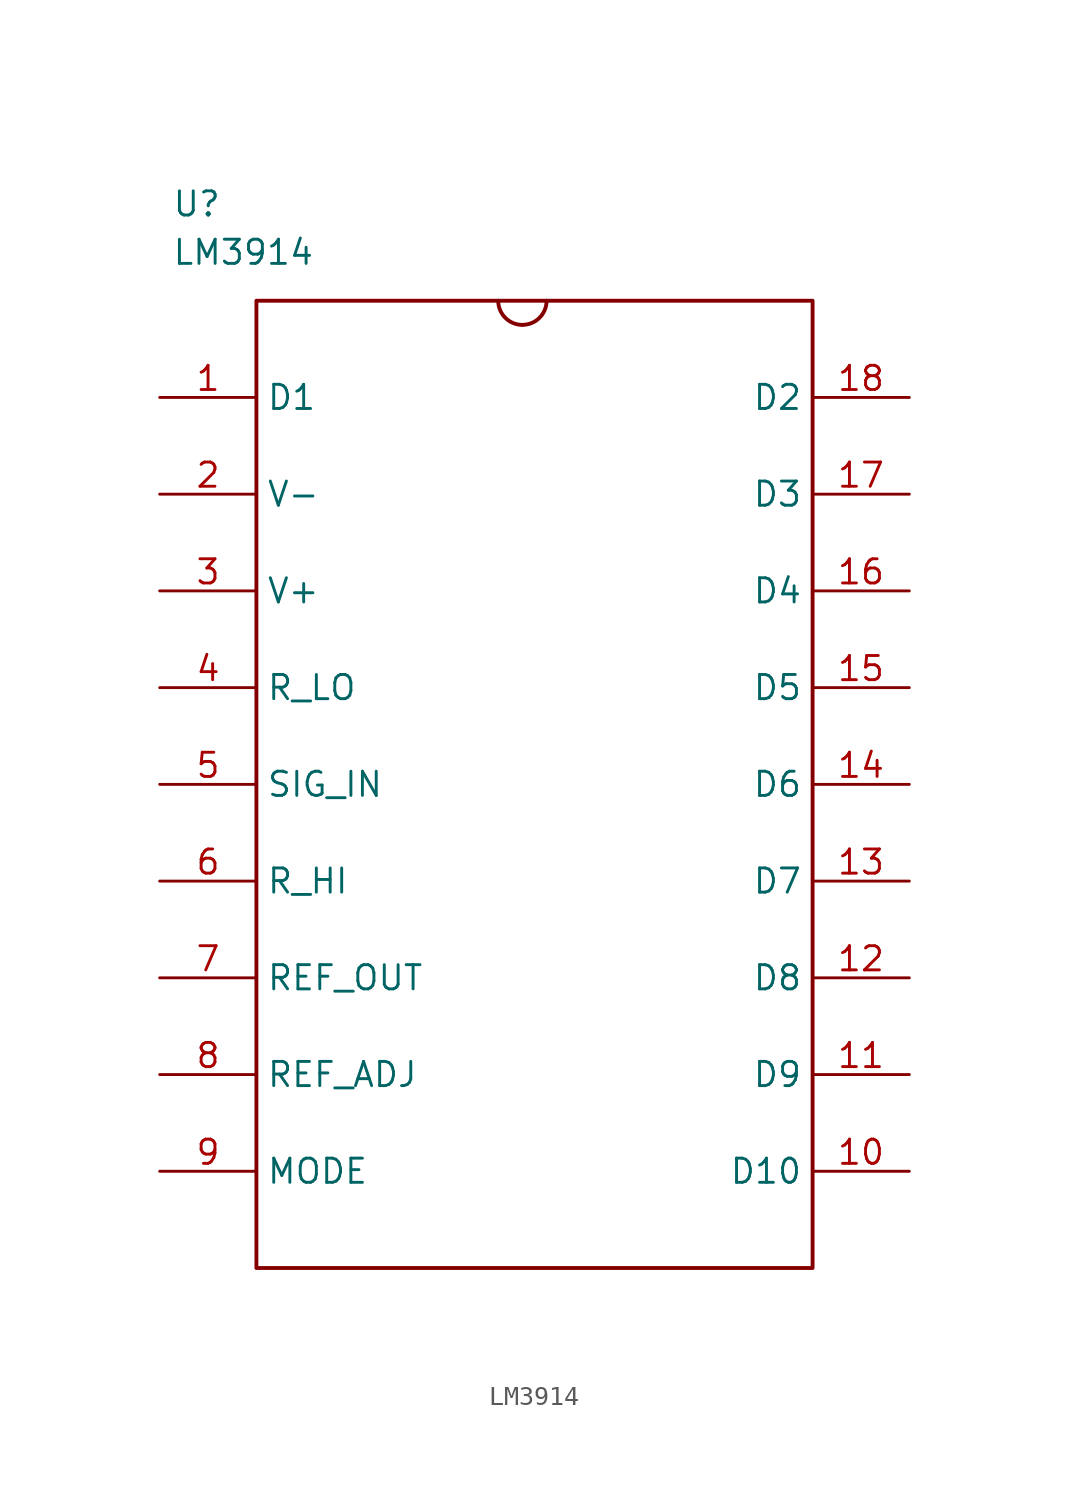
<source format=kicad_sym>
(kicad_symbol_lib
  (version 20211014)
  (generator kicad_symbol_editor)
  (symbol "LM3914"
    (property "Reference" "U"
      (at -19.685 30.48 0)
      (effects (font (size 1.27 1.27)) (justify left)))
    (property "Value" "LM3914"
      (at -19.685 27.94 0)
      (effects (font (size 1.27 1.27)) (justify left)))
    (property "ki_locked" ""
      (at 0 0 0)
      (effects (font (size 1.27 1.27))))
    (symbol "LM3914_0_0"
      (rectangle (start -15.24 25.4) (end 13.97 -25.4) (stroke (width 0.203) (type default) (color 0 0 0 0)) (fill (type none)))
      (arc (start -2.54 25.4) (mid -2.168 24.502) (end -1.27 24.13) (stroke (width 0.2032) (type default) (color 0 0 0 0)) (fill (type none)))
      (arc (start -1.27 24.13) (mid -0.372 24.502) (end 0 25.4) (stroke (width 0.2032) (type default) (color 0 0 0 0)) (fill (type none))))
    (symbol "LM3914_1_0"
      (pin unspecified line (at -20.32 20.32 0) (length 5.08) (name "D1" (effects (font (size 1.27 1.27)))) (number "1" (effects (font (size 1.27 1.27)))))
      (pin unspecified line (at 19.05 -20.32 180) (length 5.08) (name "D10" (effects (font (size 1.27 1.27)))) (number "10" (effects (font (size 1.27 1.27)))))
      (pin unspecified line (at 19.05 -15.24 180) (length 5.08) (name "D9" (effects (font (size 1.27 1.27)))) (number "11" (effects (font (size 1.27 1.27)))))
      (pin unspecified line (at 19.05 -10.16 180) (length 5.08) (name "D8" (effects (font (size 1.27 1.27)))) (number "12" (effects (font (size 1.27 1.27)))))
      (pin unspecified line (at 19.05 -5.08 180) (length 5.08) (name "D7" (effects (font (size 1.27 1.27)))) (number "13" (effects (font (size 1.27 1.27)))))
      (pin unspecified line (at 19.05 0 180) (length 5.08) (name "D6" (effects (font (size 1.27 1.27)))) (number "14" (effects (font (size 1.27 1.27)))))
      (pin unspecified line (at 19.05 5.08 180) (length 5.08) (name "D5" (effects (font (size 1.27 1.27)))) (number "15" (effects (font (size 1.27 1.27)))))
      (pin unspecified line (at 19.05 10.16 180) (length 5.08) (name "D4" (effects (font (size 1.27 1.27)))) (number "16" (effects (font (size 1.27 1.27)))))
      (pin unspecified line (at 19.05 15.24 180) (length 5.08) (name "D3" (effects (font (size 1.27 1.27)))) (number "17" (effects (font (size 1.27 1.27)))))
      (pin unspecified line (at 19.05 20.32 180) (length 5.08) (name "D2" (effects (font (size 1.27 1.27)))) (number "18" (effects (font (size 1.27 1.27)))))
      (pin unspecified line (at -20.32 15.24 0) (length 5.08) (name "V-" (effects (font (size 1.27 1.27)))) (number "2" (effects (font (size 1.27 1.27)))))
      (pin unspecified line (at -20.32 10.16 0) (length 5.08) (name "V+" (effects (font (size 1.27 1.27)))) (number "3" (effects (font (size 1.27 1.27)))))
      (pin unspecified line (at -20.32 5.08 0) (length 5.08) (name "R_LO" (effects (font (size 1.27 1.27)))) (number "4" (effects (font (size 1.27 1.27)))))
      (pin unspecified line (at -20.32 0 0) (length 5.08) (name "SIG_IN" (effects (font (size 1.27 1.27)))) (number "5" (effects (font (size 1.27 1.27)))))
      (pin unspecified line (at -20.32 -5.08 0) (length 5.08) (name "R_HI" (effects (font (size 1.27 1.27)))) (number "6" (effects (font (size 1.27 1.27)))))
      (pin unspecified line (at -20.32 -10.16 0) (length 5.08) (name "REF_OUT" (effects (font (size 1.27 1.27)))) (number "7" (effects (font (size 1.27 1.27)))))
      (pin unspecified line (at -20.32 -15.24 0) (length 5.08) (name "REF_ADJ" (effects (font (size 1.27 1.27)))) (number "8" (effects (font (size 1.27 1.27)))))
      (pin unspecified line (at -20.32 -20.32 0) (length 5.08) (name "MODE" (effects (font (size 1.27 1.27)))) (number "9" (effects (font (size 1.27 1.27))))))))
</source>
